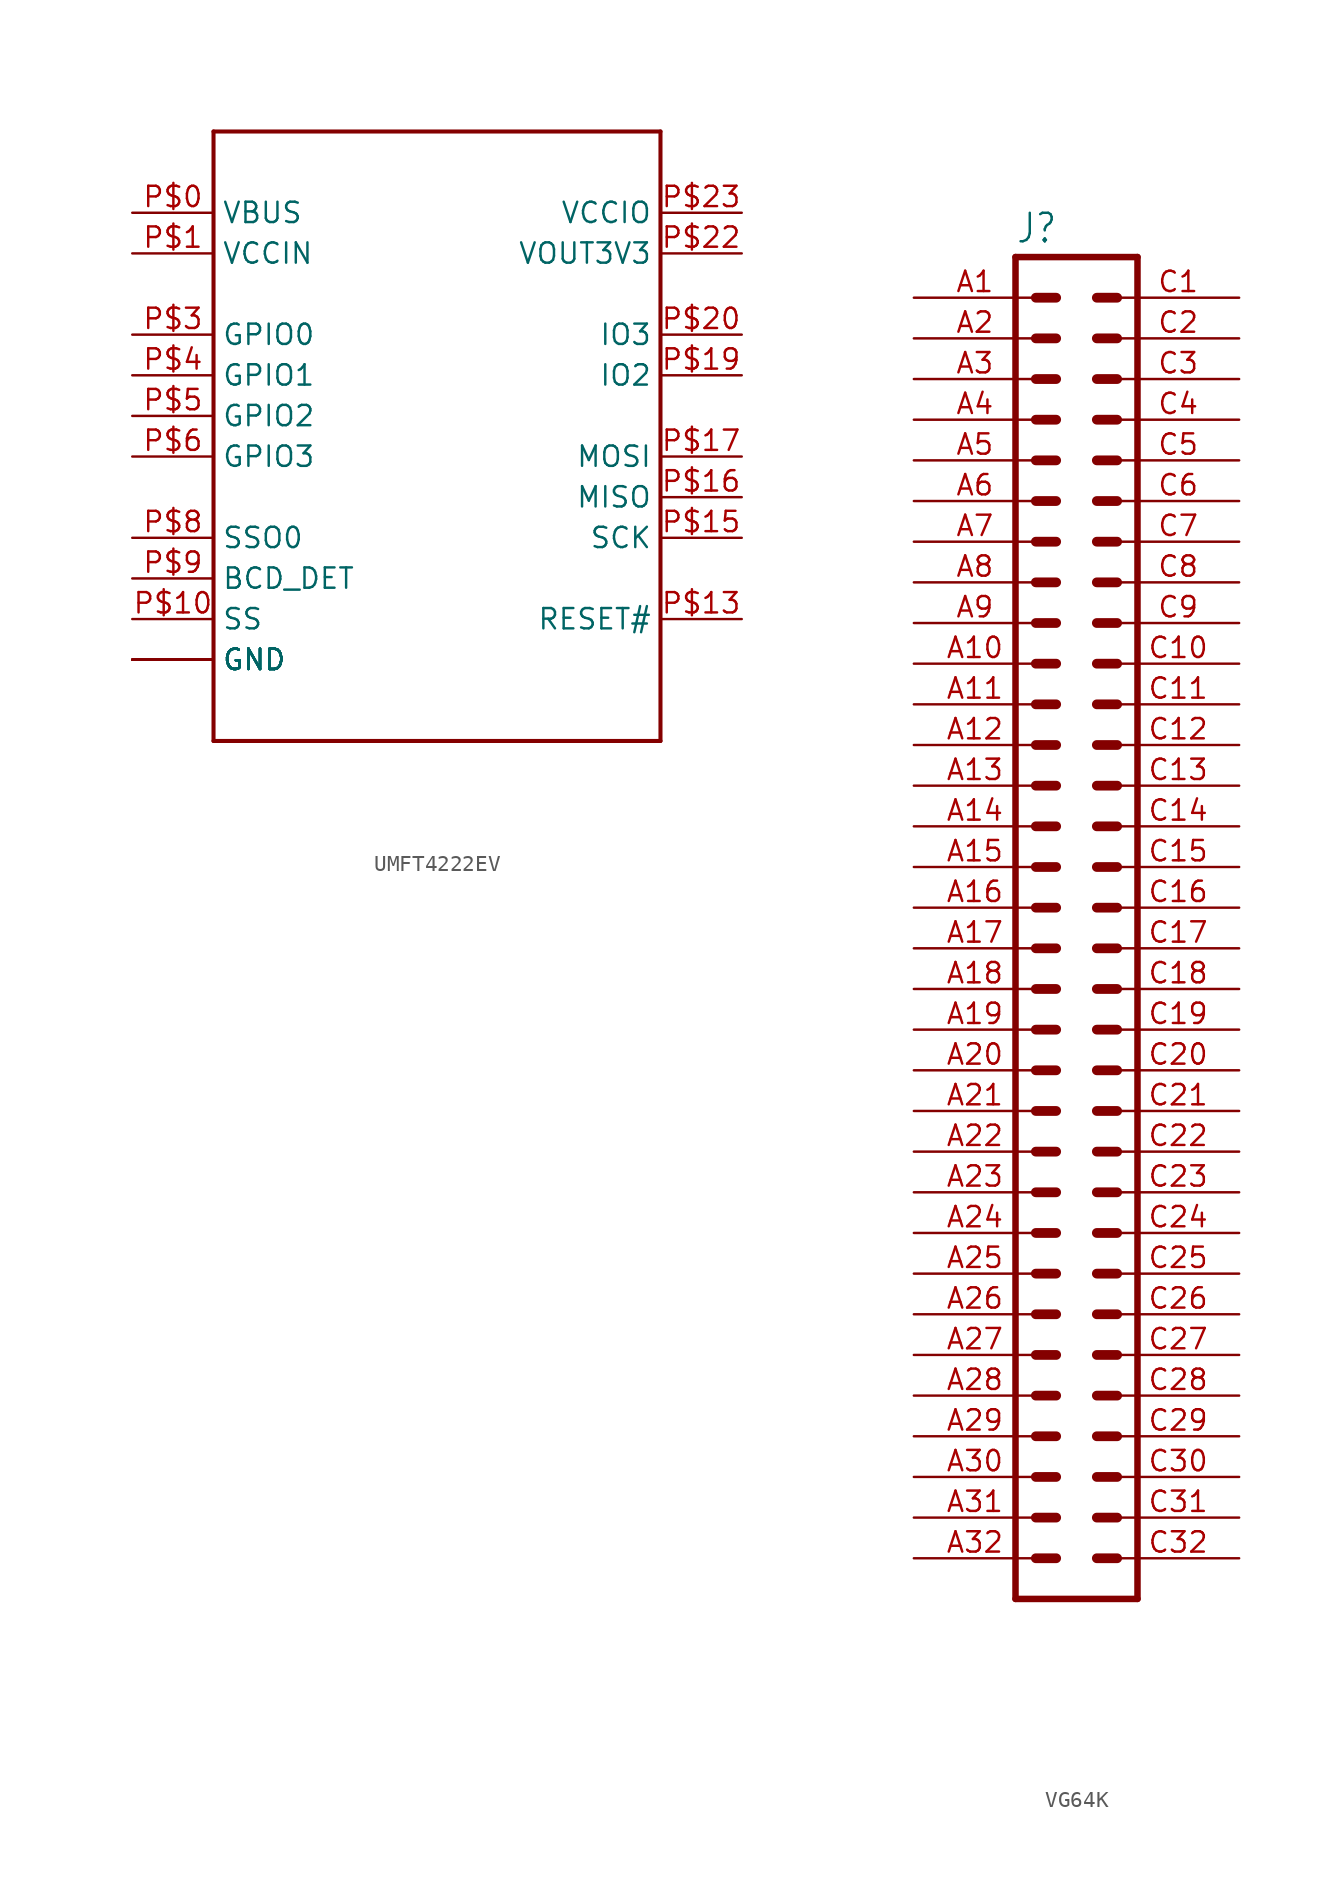
<source format=kicad_sym>
(kicad_symbol_lib
  (version 20231120)
  (generator "kicad_symbol_editor")
  (generator_version "8.0")
  (symbol "UMFT4222EV"
    (property "Reference" ""
      (at -15.24 25.4 0)
      (effects (font (size 1.778 1.511)) (justify left bottom) (hide yes)))
    (property "Value" ""
      (at -12.7 -17.78 0)
      (effects (font (size 1.778 1.511)) (justify left bottom)))
    (property "ki_locked" ""
      (at 0 0 0)
      (effects (font (size 1.27 1.27))))
    (symbol "UMFT4222EV_1_0"
      (polyline (pts (xy -15.24 -15.24) (xy 12.7 -15.24)) (stroke (width 0.254) (type solid)) (fill (type none)))
      (polyline (pts (xy -15.24 22.86) (xy -15.24 -15.24)) (stroke (width 0.254) (type solid)) (fill (type none)))
      (polyline (pts (xy 12.7 -15.24) (xy 12.7 22.86)) (stroke (width 0.254) (type solid)) (fill (type none)))
      (polyline (pts (xy 12.7 22.86) (xy -15.24 22.86)) (stroke (width 0.254) (type solid)) (fill (type none)))
      (pin bidirectional line (at -20.32 17.78 0) (length 5.08) (name "VBUS" (effects (font (size 1.27 1.27)))) (number "P$0" (effects (font (size 1.27 1.27)))))
      (pin bidirectional line (at -20.32 15.24 0) (length 5.08) (name "VCCIN" (effects (font (size 1.27 1.27)))) (number "P$1" (effects (font (size 1.27 1.27)))))
      (pin bidirectional line (at -20.32 -7.62 0) (length 5.08) (name "SS" (effects (font (size 1.27 1.27)))) (number "P$10" (effects (font (size 1.27 1.27)))))
      (pin bidirectional line (at -20.32 -10.16 0) (length 5.08) (name "GND" (effects (font (size 1.27 1.27)))) (number "P$11" (effects (font (size 0 0)))))
      (pin bidirectional line (at -20.32 -10.16 0) (length 5.08) (name "GND" (effects (font (size 1.27 1.27)))) (number "P$12" (effects (font (size 0 0)))))
      (pin bidirectional line (at 17.78 -7.62 180) (length 5.08) (name "RESET#" (effects (font (size 1.27 1.27)))) (number "P$13" (effects (font (size 1.27 1.27)))))
      (pin bidirectional line (at -20.32 -10.16 0) (length 5.08) (name "GND" (effects (font (size 1.27 1.27)))) (number "P$14" (effects (font (size 0 0)))))
      (pin bidirectional line (at 17.78 -2.54 180) (length 5.08) (name "SCK" (effects (font (size 1.27 1.27)))) (number "P$15" (effects (font (size 1.27 1.27)))))
      (pin bidirectional line (at 17.78 0 180) (length 5.08) (name "MISO" (effects (font (size 1.27 1.27)))) (number "P$16" (effects (font (size 1.27 1.27)))))
      (pin bidirectional line (at 17.78 2.54 180) (length 5.08) (name "MOSI" (effects (font (size 1.27 1.27)))) (number "P$17" (effects (font (size 1.27 1.27)))))
      (pin bidirectional line (at -20.32 -10.16 0) (length 5.08) (name "GND" (effects (font (size 1.27 1.27)))) (number "P$18" (effects (font (size 0 0)))))
      (pin bidirectional line (at 17.78 7.62 180) (length 5.08) (name "IO2" (effects (font (size 1.27 1.27)))) (number "P$19" (effects (font (size 1.27 1.27)))))
      (pin bidirectional line (at -20.32 -10.16 0) (length 5.08) (name "GND" (effects (font (size 1.27 1.27)))) (number "P$2" (effects (font (size 0 0)))))
      (pin bidirectional line (at 17.78 10.16 180) (length 5.08) (name "IO3" (effects (font (size 1.27 1.27)))) (number "P$20" (effects (font (size 1.27 1.27)))))
      (pin bidirectional line (at -20.32 -10.16 0) (length 5.08) (name "GND" (effects (font (size 1.27 1.27)))) (number "P$21" (effects (font (size 0 0)))))
      (pin bidirectional line (at 17.78 15.24 180) (length 5.08) (name "VOUT3V3" (effects (font (size 1.27 1.27)))) (number "P$22" (effects (font (size 1.27 1.27)))))
      (pin bidirectional line (at 17.78 17.78 180) (length 5.08) (name "VCCIO" (effects (font (size 1.27 1.27)))) (number "P$23" (effects (font (size 1.27 1.27)))))
      (pin bidirectional line (at -20.32 10.16 0) (length 5.08) (name "GPIO0" (effects (font (size 1.27 1.27)))) (number "P$3" (effects (font (size 1.27 1.27)))))
      (pin bidirectional line (at -20.32 7.62 0) (length 5.08) (name "GPIO1" (effects (font (size 1.27 1.27)))) (number "P$4" (effects (font (size 1.27 1.27)))))
      (pin bidirectional line (at -20.32 5.08 0) (length 5.08) (name "GPIO2" (effects (font (size 1.27 1.27)))) (number "P$5" (effects (font (size 1.27 1.27)))))
      (pin bidirectional line (at -20.32 2.54 0) (length 5.08) (name "GPIO3" (effects (font (size 1.27 1.27)))) (number "P$6" (effects (font (size 1.27 1.27)))))
      (pin bidirectional line (at -20.32 -10.16 0) (length 5.08) (name "GND" (effects (font (size 1.27 1.27)))) (number "P$7" (effects (font (size 0 0)))))
      (pin bidirectional line (at -20.32 -2.54 0) (length 5.08) (name "SSO0" (effects (font (size 1.27 1.27)))) (number "P$8" (effects (font (size 1.27 1.27)))))
      (pin bidirectional line (at -20.32 -5.08 0) (length 5.08) (name "BCD_DET" (effects (font (size 1.27 1.27)))) (number "P$9" (effects (font (size 1.27 1.27)))))))
  (symbol "VG64K"
    (property "Reference" "J"
      (at -3.81 41.402 0)
      (effects (font (size 1.778 1.511)) (justify left bottom)))
    (property "Value" ""
      (at -3.81 -45.72 0)
      (effects (font (size 1.778 1.511)) (justify left bottom)))
    (property "ki_locked" ""
      (at 0 0 0)
      (effects (font (size 1.27 1.27))))
    (symbol "VG64K_1_0"
      (polyline (pts (xy -3.81 40.64) (xy -3.81 -43.18)) (stroke (width 0.406) (type solid)) (fill (type none)))
      (polyline (pts (xy -3.81 40.64) (xy 3.81 40.64)) (stroke (width 0.406) (type solid)) (fill (type none)))
      (polyline (pts (xy -2.54 -40.64) (xy -1.27 -40.64)) (stroke (width 0.61) (type solid)) (fill (type none)))
      (polyline (pts (xy -2.54 -38.1) (xy -1.27 -38.1)) (stroke (width 0.61) (type solid)) (fill (type none)))
      (polyline (pts (xy -2.54 -35.56) (xy -1.27 -35.56)) (stroke (width 0.61) (type solid)) (fill (type none)))
      (polyline (pts (xy -2.54 -33.02) (xy -1.27 -33.02)) (stroke (width 0.61) (type solid)) (fill (type none)))
      (polyline (pts (xy -2.54 -30.48) (xy -1.27 -30.48)) (stroke (width 0.61) (type solid)) (fill (type none)))
      (polyline (pts (xy -2.54 -27.94) (xy -1.27 -27.94)) (stroke (width 0.61) (type solid)) (fill (type none)))
      (polyline (pts (xy -2.54 -25.4) (xy -1.27 -25.4)) (stroke (width 0.61) (type solid)) (fill (type none)))
      (polyline (pts (xy -2.54 -22.86) (xy -1.27 -22.86)) (stroke (width 0.61) (type solid)) (fill (type none)))
      (polyline (pts (xy -2.54 -20.32) (xy -1.27 -20.32)) (stroke (width 0.61) (type solid)) (fill (type none)))
      (polyline (pts (xy -2.54 -17.78) (xy -1.27 -17.78)) (stroke (width 0.61) (type solid)) (fill (type none)))
      (polyline (pts (xy -2.54 -15.24) (xy -1.27 -15.24)) (stroke (width 0.61) (type solid)) (fill (type none)))
      (polyline (pts (xy -2.54 -12.7) (xy -1.27 -12.7)) (stroke (width 0.61) (type solid)) (fill (type none)))
      (polyline (pts (xy -2.54 -10.16) (xy -1.27 -10.16)) (stroke (width 0.61) (type solid)) (fill (type none)))
      (polyline (pts (xy -2.54 -7.62) (xy -1.27 -7.62)) (stroke (width 0.61) (type solid)) (fill (type none)))
      (polyline (pts (xy -2.54 -5.08) (xy -1.27 -5.08)) (stroke (width 0.61) (type solid)) (fill (type none)))
      (polyline (pts (xy -2.54 -2.54) (xy -1.27 -2.54)) (stroke (width 0.61) (type solid)) (fill (type none)))
      (polyline (pts (xy -2.54 0) (xy -1.27 0)) (stroke (width 0.61) (type solid)) (fill (type none)))
      (polyline (pts (xy -2.54 2.54) (xy -1.27 2.54)) (stroke (width 0.61) (type solid)) (fill (type none)))
      (polyline (pts (xy -2.54 5.08) (xy -1.27 5.08)) (stroke (width 0.61) (type solid)) (fill (type none)))
      (polyline (pts (xy -2.54 7.62) (xy -1.27 7.62)) (stroke (width 0.61) (type solid)) (fill (type none)))
      (polyline (pts (xy -2.54 10.16) (xy -1.27 10.16)) (stroke (width 0.61) (type solid)) (fill (type none)))
      (polyline (pts (xy -2.54 12.7) (xy -1.27 12.7)) (stroke (width 0.61) (type solid)) (fill (type none)))
      (polyline (pts (xy -2.54 15.24) (xy -1.27 15.24)) (stroke (width 0.61) (type solid)) (fill (type none)))
      (polyline (pts (xy -2.54 17.78) (xy -1.27 17.78)) (stroke (width 0.61) (type solid)) (fill (type none)))
      (polyline (pts (xy -2.54 20.32) (xy -1.27 20.32)) (stroke (width 0.61) (type solid)) (fill (type none)))
      (polyline (pts (xy -2.54 22.86) (xy -1.27 22.86)) (stroke (width 0.61) (type solid)) (fill (type none)))
      (polyline (pts (xy -2.54 25.4) (xy -1.27 25.4)) (stroke (width 0.61) (type solid)) (fill (type none)))
      (polyline (pts (xy -2.54 27.94) (xy -1.27 27.94)) (stroke (width 0.61) (type solid)) (fill (type none)))
      (polyline (pts (xy -2.54 30.48) (xy -1.27 30.48)) (stroke (width 0.61) (type solid)) (fill (type none)))
      (polyline (pts (xy -2.54 33.02) (xy -1.27 33.02)) (stroke (width 0.61) (type solid)) (fill (type none)))
      (polyline (pts (xy -2.54 35.56) (xy -1.27 35.56)) (stroke (width 0.61) (type solid)) (fill (type none)))
      (polyline (pts (xy -2.54 38.1) (xy -1.27 38.1)) (stroke (width 0.61) (type solid)) (fill (type none)))
      (polyline (pts (xy 1.27 -40.64) (xy 2.54 -40.64)) (stroke (width 0.61) (type solid)) (fill (type none)))
      (polyline (pts (xy 1.27 -38.1) (xy 2.54 -38.1)) (stroke (width 0.61) (type solid)) (fill (type none)))
      (polyline (pts (xy 1.27 -35.56) (xy 2.54 -35.56)) (stroke (width 0.61) (type solid)) (fill (type none)))
      (polyline (pts (xy 1.27 -33.02) (xy 2.54 -33.02)) (stroke (width 0.61) (type solid)) (fill (type none)))
      (polyline (pts (xy 1.27 -30.48) (xy 2.54 -30.48)) (stroke (width 0.61) (type solid)) (fill (type none)))
      (polyline (pts (xy 1.27 -27.94) (xy 2.54 -27.94)) (stroke (width 0.61) (type solid)) (fill (type none)))
      (polyline (pts (xy 1.27 -25.4) (xy 2.54 -25.4)) (stroke (width 0.61) (type solid)) (fill (type none)))
      (polyline (pts (xy 1.27 -22.86) (xy 2.54 -22.86)) (stroke (width 0.61) (type solid)) (fill (type none)))
      (polyline (pts (xy 1.27 -20.32) (xy 2.54 -20.32)) (stroke (width 0.61) (type solid)) (fill (type none)))
      (polyline (pts (xy 1.27 -17.78) (xy 2.54 -17.78)) (stroke (width 0.61) (type solid)) (fill (type none)))
      (polyline (pts (xy 1.27 -15.24) (xy 2.54 -15.24)) (stroke (width 0.61) (type solid)) (fill (type none)))
      (polyline (pts (xy 1.27 -12.7) (xy 2.54 -12.7)) (stroke (width 0.61) (type solid)) (fill (type none)))
      (polyline (pts (xy 1.27 -10.16) (xy 2.54 -10.16)) (stroke (width 0.61) (type solid)) (fill (type none)))
      (polyline (pts (xy 1.27 -7.62) (xy 2.54 -7.62)) (stroke (width 0.61) (type solid)) (fill (type none)))
      (polyline (pts (xy 1.27 -5.08) (xy 2.54 -5.08)) (stroke (width 0.61) (type solid)) (fill (type none)))
      (polyline (pts (xy 1.27 -2.54) (xy 2.54 -2.54)) (stroke (width 0.61) (type solid)) (fill (type none)))
      (polyline (pts (xy 1.27 0) (xy 2.54 0)) (stroke (width 0.61) (type solid)) (fill (type none)))
      (polyline (pts (xy 1.27 2.54) (xy 2.54 2.54)) (stroke (width 0.61) (type solid)) (fill (type none)))
      (polyline (pts (xy 1.27 5.08) (xy 2.54 5.08)) (stroke (width 0.61) (type solid)) (fill (type none)))
      (polyline (pts (xy 1.27 7.62) (xy 2.54 7.62)) (stroke (width 0.61) (type solid)) (fill (type none)))
      (polyline (pts (xy 1.27 10.16) (xy 2.54 10.16)) (stroke (width 0.61) (type solid)) (fill (type none)))
      (polyline (pts (xy 1.27 12.7) (xy 2.54 12.7)) (stroke (width 0.61) (type solid)) (fill (type none)))
      (polyline (pts (xy 1.27 15.24) (xy 2.54 15.24)) (stroke (width 0.61) (type solid)) (fill (type none)))
      (polyline (pts (xy 1.27 17.78) (xy 2.54 17.78)) (stroke (width 0.61) (type solid)) (fill (type none)))
      (polyline (pts (xy 1.27 20.32) (xy 2.54 20.32)) (stroke (width 0.61) (type solid)) (fill (type none)))
      (polyline (pts (xy 1.27 22.86) (xy 2.54 22.86)) (stroke (width 0.61) (type solid)) (fill (type none)))
      (polyline (pts (xy 1.27 25.4) (xy 2.54 25.4)) (stroke (width 0.61) (type solid)) (fill (type none)))
      (polyline (pts (xy 1.27 27.94) (xy 2.54 27.94)) (stroke (width 0.61) (type solid)) (fill (type none)))
      (polyline (pts (xy 1.27 30.48) (xy 2.54 30.48)) (stroke (width 0.61) (type solid)) (fill (type none)))
      (polyline (pts (xy 1.27 33.02) (xy 2.54 33.02)) (stroke (width 0.61) (type solid)) (fill (type none)))
      (polyline (pts (xy 1.27 35.56) (xy 2.54 35.56)) (stroke (width 0.61) (type solid)) (fill (type none)))
      (polyline (pts (xy 1.27 38.1) (xy 2.54 38.1)) (stroke (width 0.61) (type solid)) (fill (type none)))
      (polyline (pts (xy 3.81 -43.18) (xy -3.81 -43.18)) (stroke (width 0.406) (type solid)) (fill (type none)))
      (polyline (pts (xy 3.81 -43.18) (xy 3.81 40.64)) (stroke (width 0.406) (type solid)) (fill (type none)))
      (pin passive line (at -10.16 38.1 0) (length 7.62) (name "A1" (effects (font (size 0 0)))) (number "A1" (effects (font (size 1.27 1.27)))))
      (pin passive line (at -10.16 15.24 0) (length 7.62) (name "A10" (effects (font (size 0 0)))) (number "A10" (effects (font (size 1.27 1.27)))))
      (pin passive line (at -10.16 12.7 0) (length 7.62) (name "A11" (effects (font (size 0 0)))) (number "A11" (effects (font (size 1.27 1.27)))))
      (pin passive line (at -10.16 10.16 0) (length 7.62) (name "A12" (effects (font (size 0 0)))) (number "A12" (effects (font (size 1.27 1.27)))))
      (pin passive line (at -10.16 7.62 0) (length 7.62) (name "A13" (effects (font (size 0 0)))) (number "A13" (effects (font (size 1.27 1.27)))))
      (pin passive line (at -10.16 5.08 0) (length 7.62) (name "A14" (effects (font (size 0 0)))) (number "A14" (effects (font (size 1.27 1.27)))))
      (pin passive line (at -10.16 2.54 0) (length 7.62) (name "A15" (effects (font (size 0 0)))) (number "A15" (effects (font (size 1.27 1.27)))))
      (pin passive line (at -10.16 0 0) (length 7.62) (name "A16" (effects (font (size 0 0)))) (number "A16" (effects (font (size 1.27 1.27)))))
      (pin passive line (at -10.16 -2.54 0) (length 7.62) (name "A17" (effects (font (size 0 0)))) (number "A17" (effects (font (size 1.27 1.27)))))
      (pin passive line (at -10.16 -5.08 0) (length 7.62) (name "A18" (effects (font (size 0 0)))) (number "A18" (effects (font (size 1.27 1.27)))))
      (pin passive line (at -10.16 -7.62 0) (length 7.62) (name "A19" (effects (font (size 0 0)))) (number "A19" (effects (font (size 1.27 1.27)))))
      (pin passive line (at -10.16 35.56 0) (length 7.62) (name "A2" (effects (font (size 0 0)))) (number "A2" (effects (font (size 1.27 1.27)))))
      (pin passive line (at -10.16 -10.16 0) (length 7.62) (name "A20" (effects (font (size 0 0)))) (number "A20" (effects (font (size 1.27 1.27)))))
      (pin passive line (at -10.16 -12.7 0) (length 7.62) (name "A21" (effects (font (size 0 0)))) (number "A21" (effects (font (size 1.27 1.27)))))
      (pin passive line (at -10.16 -15.24 0) (length 7.62) (name "A22" (effects (font (size 0 0)))) (number "A22" (effects (font (size 1.27 1.27)))))
      (pin passive line (at -10.16 -17.78 0) (length 7.62) (name "A23" (effects (font (size 0 0)))) (number "A23" (effects (font (size 1.27 1.27)))))
      (pin passive line (at -10.16 -20.32 0) (length 7.62) (name "A24" (effects (font (size 0 0)))) (number "A24" (effects (font (size 1.27 1.27)))))
      (pin passive line (at -10.16 -22.86 0) (length 7.62) (name "A25" (effects (font (size 0 0)))) (number "A25" (effects (font (size 1.27 1.27)))))
      (pin passive line (at -10.16 -25.4 0) (length 7.62) (name "A26" (effects (font (size 0 0)))) (number "A26" (effects (font (size 1.27 1.27)))))
      (pin passive line (at -10.16 -27.94 0) (length 7.62) (name "A27" (effects (font (size 0 0)))) (number "A27" (effects (font (size 1.27 1.27)))))
      (pin passive line (at -10.16 -30.48 0) (length 7.62) (name "A28" (effects (font (size 0 0)))) (number "A28" (effects (font (size 1.27 1.27)))))
      (pin passive line (at -10.16 -33.02 0) (length 7.62) (name "A29" (effects (font (size 0 0)))) (number "A29" (effects (font (size 1.27 1.27)))))
      (pin passive line (at -10.16 33.02 0) (length 7.62) (name "A3" (effects (font (size 0 0)))) (number "A3" (effects (font (size 1.27 1.27)))))
      (pin passive line (at -10.16 -35.56 0) (length 7.62) (name "A30" (effects (font (size 0 0)))) (number "A30" (effects (font (size 1.27 1.27)))))
      (pin passive line (at -10.16 -38.1 0) (length 7.62) (name "A31" (effects (font (size 0 0)))) (number "A31" (effects (font (size 1.27 1.27)))))
      (pin passive line (at -10.16 -40.64 0) (length 7.62) (name "A32" (effects (font (size 0 0)))) (number "A32" (effects (font (size 1.27 1.27)))))
      (pin passive line (at -10.16 30.48 0) (length 7.62) (name "A4" (effects (font (size 0 0)))) (number "A4" (effects (font (size 1.27 1.27)))))
      (pin passive line (at -10.16 27.94 0) (length 7.62) (name "A5" (effects (font (size 0 0)))) (number "A5" (effects (font (size 1.27 1.27)))))
      (pin passive line (at -10.16 25.4 0) (length 7.62) (name "A6" (effects (font (size 0 0)))) (number "A6" (effects (font (size 1.27 1.27)))))
      (pin passive line (at -10.16 22.86 0) (length 7.62) (name "A7" (effects (font (size 0 0)))) (number "A7" (effects (font (size 1.27 1.27)))))
      (pin passive line (at -10.16 20.32 0) (length 7.62) (name "A8" (effects (font (size 0 0)))) (number "A8" (effects (font (size 1.27 1.27)))))
      (pin passive line (at -10.16 17.78 0) (length 7.62) (name "A9" (effects (font (size 0 0)))) (number "A9" (effects (font (size 1.27 1.27)))))
      (pin passive line (at 10.16 38.1 180) (length 7.62) (name "C1" (effects (font (size 0 0)))) (number "C1" (effects (font (size 1.27 1.27)))))
      (pin passive line (at 10.16 15.24 180) (length 7.62) (name "C10" (effects (font (size 0 0)))) (number "C10" (effects (font (size 1.27 1.27)))))
      (pin passive line (at 10.16 12.7 180) (length 7.62) (name "C11" (effects (font (size 0 0)))) (number "C11" (effects (font (size 1.27 1.27)))))
      (pin passive line (at 10.16 10.16 180) (length 7.62) (name "C12" (effects (font (size 0 0)))) (number "C12" (effects (font (size 1.27 1.27)))))
      (pin passive line (at 10.16 7.62 180) (length 7.62) (name "C13" (effects (font (size 0 0)))) (number "C13" (effects (font (size 1.27 1.27)))))
      (pin passive line (at 10.16 5.08 180) (length 7.62) (name "C14" (effects (font (size 0 0)))) (number "C14" (effects (font (size 1.27 1.27)))))
      (pin passive line (at 10.16 2.54 180) (length 7.62) (name "C15" (effects (font (size 0 0)))) (number "C15" (effects (font (size 1.27 1.27)))))
      (pin passive line (at 10.16 0 180) (length 7.62) (name "C16" (effects (font (size 0 0)))) (number "C16" (effects (font (size 1.27 1.27)))))
      (pin passive line (at 10.16 -2.54 180) (length 7.62) (name "C17" (effects (font (size 0 0)))) (number "C17" (effects (font (size 1.27 1.27)))))
      (pin passive line (at 10.16 -5.08 180) (length 7.62) (name "C18" (effects (font (size 0 0)))) (number "C18" (effects (font (size 1.27 1.27)))))
      (pin passive line (at 10.16 -7.62 180) (length 7.62) (name "C19" (effects (font (size 0 0)))) (number "C19" (effects (font (size 1.27 1.27)))))
      (pin passive line (at 10.16 35.56 180) (length 7.62) (name "C2" (effects (font (size 0 0)))) (number "C2" (effects (font (size 1.27 1.27)))))
      (pin passive line (at 10.16 -10.16 180) (length 7.62) (name "C20" (effects (font (size 0 0)))) (number "C20" (effects (font (size 1.27 1.27)))))
      (pin passive line (at 10.16 -12.7 180) (length 7.62) (name "C21" (effects (font (size 0 0)))) (number "C21" (effects (font (size 1.27 1.27)))))
      (pin passive line (at 10.16 -15.24 180) (length 7.62) (name "C22" (effects (font (size 0 0)))) (number "C22" (effects (font (size 1.27 1.27)))))
      (pin passive line (at 10.16 -17.78 180) (length 7.62) (name "C23" (effects (font (size 0 0)))) (number "C23" (effects (font (size 1.27 1.27)))))
      (pin passive line (at 10.16 -20.32 180) (length 7.62) (name "C24" (effects (font (size 0 0)))) (number "C24" (effects (font (size 1.27 1.27)))))
      (pin passive line (at 10.16 -22.86 180) (length 7.62) (name "C25" (effects (font (size 0 0)))) (number "C25" (effects (font (size 1.27 1.27)))))
      (pin passive line (at 10.16 -25.4 180) (length 7.62) (name "C26" (effects (font (size 0 0)))) (number "C26" (effects (font (size 1.27 1.27)))))
      (pin passive line (at 10.16 -27.94 180) (length 7.62) (name "C27" (effects (font (size 0 0)))) (number "C27" (effects (font (size 1.27 1.27)))))
      (pin passive line (at 10.16 -30.48 180) (length 7.62) (name "C28" (effects (font (size 0 0)))) (number "C28" (effects (font (size 1.27 1.27)))))
      (pin passive line (at 10.16 -33.02 180) (length 7.62) (name "C29" (effects (font (size 0 0)))) (number "C29" (effects (font (size 1.27 1.27)))))
      (pin passive line (at 10.16 33.02 180) (length 7.62) (name "C3" (effects (font (size 0 0)))) (number "C3" (effects (font (size 1.27 1.27)))))
      (pin passive line (at 10.16 -35.56 180) (length 7.62) (name "C30" (effects (font (size 0 0)))) (number "C30" (effects (font (size 1.27 1.27)))))
      (pin passive line (at 10.16 -38.1 180) (length 7.62) (name "C31" (effects (font (size 0 0)))) (number "C31" (effects (font (size 1.27 1.27)))))
      (pin passive line (at 10.16 -40.64 180) (length 7.62) (name "C32" (effects (font (size 0 0)))) (number "C32" (effects (font (size 1.27 1.27)))))
      (pin passive line (at 10.16 30.48 180) (length 7.62) (name "C4" (effects (font (size 0 0)))) (number "C4" (effects (font (size 1.27 1.27)))))
      (pin passive line (at 10.16 27.94 180) (length 7.62) (name "C5" (effects (font (size 0 0)))) (number "C5" (effects (font (size 1.27 1.27)))))
      (pin passive line (at 10.16 25.4 180) (length 7.62) (name "C6" (effects (font (size 0 0)))) (number "C6" (effects (font (size 1.27 1.27)))))
      (pin passive line (at 10.16 22.86 180) (length 7.62) (name "C7" (effects (font (size 0 0)))) (number "C7" (effects (font (size 1.27 1.27)))))
      (pin passive line (at 10.16 20.32 180) (length 7.62) (name "C8" (effects (font (size 0 0)))) (number "C8" (effects (font (size 1.27 1.27)))))
      (pin passive line (at 10.16 17.78 180) (length 7.62) (name "C9" (effects (font (size 0 0)))) (number "C9" (effects (font (size 1.27 1.27))))))))
</source>
